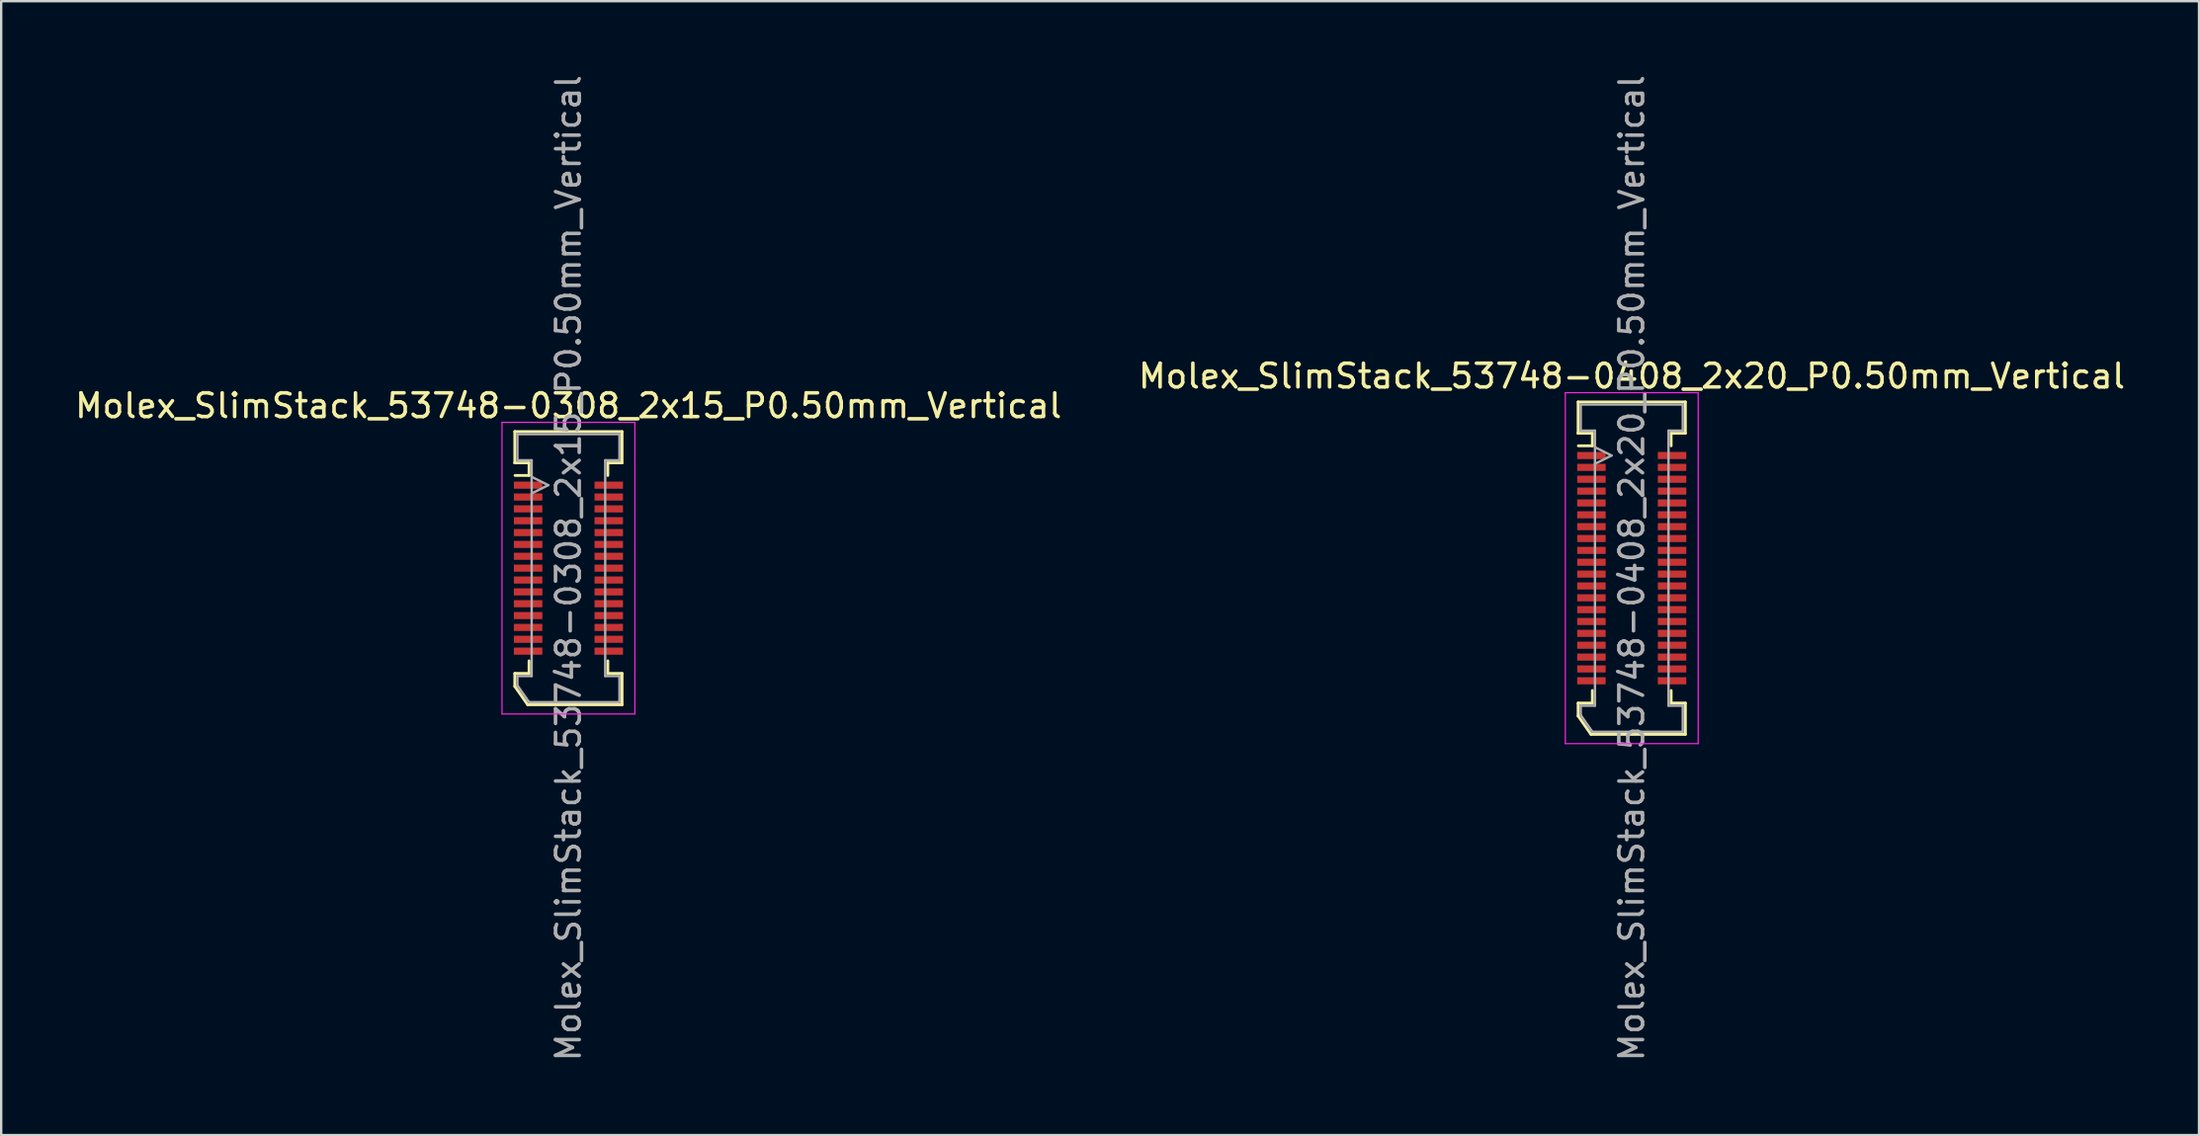
<source format=kicad_pcb>
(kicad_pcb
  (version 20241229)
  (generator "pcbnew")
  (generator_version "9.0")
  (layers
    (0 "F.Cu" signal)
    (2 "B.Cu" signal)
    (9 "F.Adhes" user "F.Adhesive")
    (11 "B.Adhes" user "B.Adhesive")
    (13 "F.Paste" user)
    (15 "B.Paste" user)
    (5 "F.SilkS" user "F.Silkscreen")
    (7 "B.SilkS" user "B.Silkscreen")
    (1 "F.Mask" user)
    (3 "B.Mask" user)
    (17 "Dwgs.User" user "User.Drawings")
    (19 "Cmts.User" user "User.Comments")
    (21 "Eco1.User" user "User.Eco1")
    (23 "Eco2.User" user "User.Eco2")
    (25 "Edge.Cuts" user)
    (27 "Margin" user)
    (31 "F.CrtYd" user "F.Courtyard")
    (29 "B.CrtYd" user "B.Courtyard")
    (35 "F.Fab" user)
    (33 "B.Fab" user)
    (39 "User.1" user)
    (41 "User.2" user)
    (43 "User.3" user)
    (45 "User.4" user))
  (footprint "Molex_SlimStack_53748-0408_2x20_P0.50mm_Vertical"
    (layer "F.Cu")
    (at 65.732 20.911)
    (property "Reference" "Molex_SlimStack_53748-0408_2x20_P0.50mm_Vertical" (at 0 -8.1 0) (layer "F.SilkS") (effects (font (size 1 1) (thickness 0.15))))
    (attr smd)
    (fp_line (start -2.26 -7.01) (end -2.26 -5.69) (stroke (width 0.12) (type solid)) (layer "F.SilkS"))
    (fp_line (start -2.26 -5.69) (end -2.26 -5.69) (stroke (width 0.12) (type solid)) (layer "F.SilkS"))
    (fp_line (start -2.26 -5.69) (end -1.66 -5.69) (stroke (width 0.12) (type solid)) (layer "F.SilkS"))
    (fp_line (start -2.26 5.69) (end -1.66 5.69) (stroke (width 0.12) (type solid)) (layer "F.SilkS"))
    (fp_line (start -2.26 6.235) (end -2.26 5.69) (stroke (width 0.12) (type solid)) (layer "F.SilkS"))
    (fp_line (start -1.717 7.01) (end -2.26 6.235) (stroke (width 0.12) (type solid)) (layer "F.SilkS"))
    (fp_line (start -1.66 -5.69) (end -1.66 -5.16) (stroke (width 0.12) (type solid)) (layer "F.SilkS"))
    (fp_line (start -1.66 -5.16) (end -2.25 -5.16) (stroke (width 0.12) (type solid)) (layer "F.SilkS"))
    (fp_line (start -1.66 5.69) (end -1.66 5.16) (stroke (width 0.12) (type solid)) (layer "F.SilkS"))
    (fp_line (start 1.66 -5.69) (end 2.26 -5.69) (stroke (width 0.12) (type solid)) (layer "F.SilkS"))
    (fp_line (start 1.66 -5.16) (end 1.66 -5.69) (stroke (width 0.12) (type solid)) (layer "F.SilkS"))
    (fp_line (start 1.66 5.16) (end 1.66 5.69) (stroke (width 0.12) (type solid)) (layer "F.SilkS"))
    (fp_line (start 1.66 5.69) (end 2.26 5.69) (stroke (width 0.12) (type solid)) (layer "F.SilkS"))
    (fp_line (start 2.26 -7.01) (end -2.26 -7.01) (stroke (width 0.12) (type solid)) (layer "F.SilkS"))
    (fp_line (start 2.26 -5.69) (end 2.26 -7.01) (stroke (width 0.12) (type solid)) (layer "F.SilkS"))
    (fp_line (start 2.26 5.69) (end 2.26 7.01) (stroke (width 0.12) (type solid)) (layer "F.SilkS"))
    (fp_line (start 2.26 7.01) (end -1.717 7.01) (stroke (width 0.12) (type solid)) (layer "F.SilkS"))
    (fp_line (start -2.8 -7.4) (end -2.8 7.4) (stroke (width 0.05) (type solid)) (layer "F.CrtYd"))
    (fp_line (start -2.8 7.4) (end 2.8 7.4) (stroke (width 0.05) (type solid)) (layer "F.CrtYd"))
    (fp_line (start 2.8 -7.4) (end -2.8 -7.4) (stroke (width 0.05) (type solid)) (layer "F.CrtYd"))
    (fp_line (start 2.8 7.4) (end 2.8 -7.4) (stroke (width 0.05) (type solid)) (layer "F.CrtYd"))
    (fp_line (start -2.15 -6.9) (end -2.15 -5.8) (stroke (width 0.1) (type solid)) (layer "F.Fab"))
    (fp_line (start -2.15 -5.8) (end -1.55 -5.8) (stroke (width 0.1) (type solid)) (layer "F.Fab"))
    (fp_line (start -2.15 5.8) (end -2.15 6.2) (stroke (width 0.1) (type solid)) (layer "F.Fab"))
    (fp_line (start -2.15 6.2) (end -1.66 6.9) (stroke (width 0.1) (type solid)) (layer "F.Fab"))
    (fp_line (start -1.66 6.9) (end 2.15 6.9) (stroke (width 0.1) (type solid)) (layer "F.Fab"))
    (fp_line (start -1.55 -5.8) (end -1.55 5.8) (stroke (width 0.1) (type solid)) (layer "F.Fab"))
    (fp_line (start -1.55 5.8) (end -2.15 5.8) (stroke (width 0.1) (type solid)) (layer "F.Fab"))
    (fp_line (start -0.85 -4.75) (end -1.55 -5.1) (stroke (width 0.1) (type solid)) (layer "F.Fab"))
    (fp_line (start -0.85 -4.75) (end -1.55 -4.4) (stroke (width 0.1) (type solid)) (layer "F.Fab"))
    (fp_line (start 1.55 -5.8) (end 2.15 -5.8) (stroke (width 0.1) (type solid)) (layer "F.Fab"))
    (fp_line (start 1.55 5.8) (end 1.55 -5.8) (stroke (width 0.1) (type solid)) (layer "F.Fab"))
    (fp_line (start 2.15 -6.9) (end -2.15 -6.9) (stroke (width 0.1) (type solid)) (layer "F.Fab"))
    (fp_line (start 2.15 -5.8) (end 2.15 -6.9) (stroke (width 0.1) (type solid)) (layer "F.Fab"))
    (fp_line (start 2.15 5.8) (end 1.55 5.8) (stroke (width 0.1) (type solid)) (layer "F.Fab"))
    (fp_line (start 2.15 6.9) (end 2.15 5.8) (stroke (width 0.1) (type solid)) (layer "F.Fab"))
    (fp_text user "${REFERENCE}" (at 0 0 90) (layer "F.Fab") (effects (font (size 1 1) (thickness 0.15))))
    (pad "1" smd rect (at -1.7 -4.75) (size 1.2 0.3) (layers "F.Cu" "F.Mask" "F.Paste"))
    (pad "2" smd rect (at 1.7 -4.75) (size 1.2 0.3) (layers "F.Cu" "F.Mask" "F.Paste"))
    (pad "3" smd rect (at -1.7 -4.25) (size 1.2 0.3) (layers "F.Cu" "F.Mask" "F.Paste"))
    (pad "4" smd rect (at 1.7 -4.25) (size 1.2 0.3) (layers "F.Cu" "F.Mask" "F.Paste"))
    (pad "5" smd rect (at -1.7 -3.75) (size 1.2 0.3) (layers "F.Cu" "F.Mask" "F.Paste"))
    (pad "6" smd rect (at 1.7 -3.75) (size 1.2 0.3) (layers "F.Cu" "F.Mask" "F.Paste"))
    (pad "7" smd rect (at -1.7 -3.25) (size 1.2 0.3) (layers "F.Cu" "F.Mask" "F.Paste"))
    (pad "8" smd rect (at 1.7 -3.25) (size 1.2 0.3) (layers "F.Cu" "F.Mask" "F.Paste"))
    (pad "9" smd rect (at -1.7 -2.75) (size 1.2 0.3) (layers "F.Cu" "F.Mask" "F.Paste"))
    (pad "10" smd rect (at 1.7 -2.75) (size 1.2 0.3) (layers "F.Cu" "F.Mask" "F.Paste"))
    (pad "11" smd rect (at -1.7 -2.25) (size 1.2 0.3) (layers "F.Cu" "F.Mask" "F.Paste"))
    (pad "12" smd rect (at 1.7 -2.25) (size 1.2 0.3) (layers "F.Cu" "F.Mask" "F.Paste"))
    (pad "13" smd rect (at -1.7 -1.75) (size 1.2 0.3) (layers "F.Cu" "F.Mask" "F.Paste"))
    (pad "14" smd rect (at 1.7 -1.75) (size 1.2 0.3) (layers "F.Cu" "F.Mask" "F.Paste"))
    (pad "15" smd rect (at -1.7 -1.25) (size 1.2 0.3) (layers "F.Cu" "F.Mask" "F.Paste"))
    (pad "16" smd rect (at 1.7 -1.25) (size 1.2 0.3) (layers "F.Cu" "F.Mask" "F.Paste"))
    (pad "17" smd rect (at -1.7 -0.75) (size 1.2 0.3) (layers "F.Cu" "F.Mask" "F.Paste"))
    (pad "18" smd rect (at 1.7 -0.75) (size 1.2 0.3) (layers "F.Cu" "F.Mask" "F.Paste"))
    (pad "19" smd rect (at -1.7 -0.25) (size 1.2 0.3) (layers "F.Cu" "F.Mask" "F.Paste"))
    (pad "20" smd rect (at 1.7 -0.25) (size 1.2 0.3) (layers "F.Cu" "F.Mask" "F.Paste"))
    (pad "21" smd rect (at -1.7 0.25) (size 1.2 0.3) (layers "F.Cu" "F.Mask" "F.Paste"))
    (pad "22" smd rect (at 1.7 0.25) (size 1.2 0.3) (layers "F.Cu" "F.Mask" "F.Paste"))
    (pad "23" smd rect (at -1.7 0.75) (size 1.2 0.3) (layers "F.Cu" "F.Mask" "F.Paste"))
    (pad "24" smd rect (at 1.7 0.75) (size 1.2 0.3) (layers "F.Cu" "F.Mask" "F.Paste"))
    (pad "25" smd rect (at -1.7 1.25) (size 1.2 0.3) (layers "F.Cu" "F.Mask" "F.Paste"))
    (pad "26" smd rect (at 1.7 1.25) (size 1.2 0.3) (layers "F.Cu" "F.Mask" "F.Paste"))
    (pad "27" smd rect (at -1.7 1.75) (size 1.2 0.3) (layers "F.Cu" "F.Mask" "F.Paste"))
    (pad "28" smd rect (at 1.7 1.75) (size 1.2 0.3) (layers "F.Cu" "F.Mask" "F.Paste"))
    (pad "29" smd rect (at -1.7 2.25) (size 1.2 0.3) (layers "F.Cu" "F.Mask" "F.Paste"))
    (pad "30" smd rect (at 1.7 2.25) (size 1.2 0.3) (layers "F.Cu" "F.Mask" "F.Paste"))
    (pad "31" smd rect (at -1.7 2.75) (size 1.2 0.3) (layers "F.Cu" "F.Mask" "F.Paste"))
    (pad "32" smd rect (at 1.7 2.75) (size 1.2 0.3) (layers "F.Cu" "F.Mask" "F.Paste"))
    (pad "33" smd rect (at -1.7 3.25) (size 1.2 0.3) (layers "F.Cu" "F.Mask" "F.Paste"))
    (pad "34" smd rect (at 1.7 3.25) (size 1.2 0.3) (layers "F.Cu" "F.Mask" "F.Paste"))
    (pad "35" smd rect (at -1.7 3.75) (size 1.2 0.3) (layers "F.Cu" "F.Mask" "F.Paste"))
    (pad "36" smd rect (at 1.7 3.75) (size 1.2 0.3) (layers "F.Cu" "F.Mask" "F.Paste"))
    (pad "37" smd rect (at -1.7 4.25) (size 1.2 0.3) (layers "F.Cu" "F.Mask" "F.Paste"))
    (pad "38" smd rect (at 1.7 4.25) (size 1.2 0.3) (layers "F.Cu" "F.Mask" "F.Paste"))
    (pad "39" smd rect (at -1.7 4.75) (size 1.2 0.3) (layers "F.Cu" "F.Mask" "F.Paste"))
    (pad "40" smd rect (at 1.7 4.75) (size 1.2 0.3) (layers "F.Cu" "F.Mask" "F.Paste")))
  (footprint "Molex_SlimStack_53748-0308_2x15_P0.50mm_Vertical"
    (layer "F.Cu")
    (at 20.911 20.911)
    (property "Reference" "Molex_SlimStack_53748-0308_2x15_P0.50mm_Vertical" (at 0 -6.85 0) (layer "F.SilkS") (effects (font (size 1 1) (thickness 0.15))))
    (attr smd)
    (fp_line (start -2.26 -5.76) (end -2.26 -4.44) (stroke (width 0.12) (type solid)) (layer "F.SilkS"))
    (fp_line (start -2.26 -4.44) (end -2.26 -4.44) (stroke (width 0.12) (type solid)) (layer "F.SilkS"))
    (fp_line (start -2.26 -4.44) (end -1.66 -4.44) (stroke (width 0.12) (type solid)) (layer "F.SilkS"))
    (fp_line (start -2.26 4.44) (end -1.66 4.44) (stroke (width 0.12) (type solid)) (layer "F.SilkS"))
    (fp_line (start -2.26 4.985) (end -2.26 4.44) (stroke (width 0.12) (type solid)) (layer "F.SilkS"))
    (fp_line (start -1.717 5.76) (end -2.26 4.985) (stroke (width 0.12) (type solid)) (layer "F.SilkS"))
    (fp_line (start -1.66 -4.44) (end -1.66 -3.91) (stroke (width 0.12) (type solid)) (layer "F.SilkS"))
    (fp_line (start -1.66 -3.91) (end -2.25 -3.91) (stroke (width 0.12) (type solid)) (layer "F.SilkS"))
    (fp_line (start -1.66 4.44) (end -1.66 3.91) (stroke (width 0.12) (type solid)) (layer "F.SilkS"))
    (fp_line (start 1.66 -4.44) (end 2.26 -4.44) (stroke (width 0.12) (type solid)) (layer "F.SilkS"))
    (fp_line (start 1.66 -3.91) (end 1.66 -4.44) (stroke (width 0.12) (type solid)) (layer "F.SilkS"))
    (fp_line (start 1.66 3.91) (end 1.66 4.44) (stroke (width 0.12) (type solid)) (layer "F.SilkS"))
    (fp_line (start 1.66 4.44) (end 2.26 4.44) (stroke (width 0.12) (type solid)) (layer "F.SilkS"))
    (fp_line (start 2.26 -5.76) (end -2.26 -5.76) (stroke (width 0.12) (type solid)) (layer "F.SilkS"))
    (fp_line (start 2.26 -4.44) (end 2.26 -5.76) (stroke (width 0.12) (type solid)) (layer "F.SilkS"))
    (fp_line (start 2.26 4.44) (end 2.26 5.76) (stroke (width 0.12) (type solid)) (layer "F.SilkS"))
    (fp_line (start 2.26 5.76) (end -1.717 5.76) (stroke (width 0.12) (type solid)) (layer "F.SilkS"))
    (fp_line (start -2.8 -6.15) (end -2.8 6.15) (stroke (width 0.05) (type solid)) (layer "F.CrtYd"))
    (fp_line (start -2.8 6.15) (end 2.8 6.15) (stroke (width 0.05) (type solid)) (layer "F.CrtYd"))
    (fp_line (start 2.8 -6.15) (end -2.8 -6.15) (stroke (width 0.05) (type solid)) (layer "F.CrtYd"))
    (fp_line (start 2.8 6.15) (end 2.8 -6.15) (stroke (width 0.05) (type solid)) (layer "F.CrtYd"))
    (fp_line (start -2.15 -5.65) (end -2.15 -4.55) (stroke (width 0.1) (type solid)) (layer "F.Fab"))
    (fp_line (start -2.15 -4.55) (end -1.55 -4.55) (stroke (width 0.1) (type solid)) (layer "F.Fab"))
    (fp_line (start -2.15 4.55) (end -2.15 4.95) (stroke (width 0.1) (type solid)) (layer "F.Fab"))
    (fp_line (start -2.15 4.95) (end -1.66 5.65) (stroke (width 0.1) (type solid)) (layer "F.Fab"))
    (fp_line (start -1.66 5.65) (end 2.15 5.65) (stroke (width 0.1) (type solid)) (layer "F.Fab"))
    (fp_line (start -1.55 -4.55) (end -1.55 4.55) (stroke (width 0.1) (type solid)) (layer "F.Fab"))
    (fp_line (start -1.55 4.55) (end -2.15 4.55) (stroke (width 0.1) (type solid)) (layer "F.Fab"))
    (fp_line (start -0.85 -3.5) (end -1.55 -3.85) (stroke (width 0.1) (type solid)) (layer "F.Fab"))
    (fp_line (start -0.85 -3.5) (end -1.55 -3.15) (stroke (width 0.1) (type solid)) (layer "F.Fab"))
    (fp_line (start 1.55 -4.55) (end 2.15 -4.55) (stroke (width 0.1) (type solid)) (layer "F.Fab"))
    (fp_line (start 1.55 4.55) (end 1.55 -4.55) (stroke (width 0.1) (type solid)) (layer "F.Fab"))
    (fp_line (start 2.15 -5.65) (end -2.15 -5.65) (stroke (width 0.1) (type solid)) (layer "F.Fab"))
    (fp_line (start 2.15 -4.55) (end 2.15 -5.65) (stroke (width 0.1) (type solid)) (layer "F.Fab"))
    (fp_line (start 2.15 4.55) (end 1.55 4.55) (stroke (width 0.1) (type solid)) (layer "F.Fab"))
    (fp_line (start 2.15 5.65) (end 2.15 4.55) (stroke (width 0.1) (type solid)) (layer "F.Fab"))
    (fp_text user "${REFERENCE}" (at 0 0 90) (layer "F.Fab") (effects (font (size 1 1) (thickness 0.15))))
    (pad "1" smd rect (at -1.7 -3.5) (size 1.2 0.3) (layers "F.Cu" "F.Mask" "F.Paste"))
    (pad "2" smd rect (at 1.7 -3.5) (size 1.2 0.3) (layers "F.Cu" "F.Mask" "F.Paste"))
    (pad "3" smd rect (at -1.7 -3) (size 1.2 0.3) (layers "F.Cu" "F.Mask" "F.Paste"))
    (pad "4" smd rect (at 1.7 -3) (size 1.2 0.3) (layers "F.Cu" "F.Mask" "F.Paste"))
    (pad "5" smd rect (at -1.7 -2.5) (size 1.2 0.3) (layers "F.Cu" "F.Mask" "F.Paste"))
    (pad "6" smd rect (at 1.7 -2.5) (size 1.2 0.3) (layers "F.Cu" "F.Mask" "F.Paste"))
    (pad "7" smd rect (at -1.7 -2) (size 1.2 0.3) (layers "F.Cu" "F.Mask" "F.Paste"))
    (pad "8" smd rect (at 1.7 -2) (size 1.2 0.3) (layers "F.Cu" "F.Mask" "F.Paste"))
    (pad "9" smd rect (at -1.7 -1.5) (size 1.2 0.3) (layers "F.Cu" "F.Mask" "F.Paste"))
    (pad "10" smd rect (at 1.7 -1.5) (size 1.2 0.3) (layers "F.Cu" "F.Mask" "F.Paste"))
    (pad "11" smd rect (at -1.7 -1) (size 1.2 0.3) (layers "F.Cu" "F.Mask" "F.Paste"))
    (pad "12" smd rect (at 1.7 -1) (size 1.2 0.3) (layers "F.Cu" "F.Mask" "F.Paste"))
    (pad "13" smd rect (at -1.7 -0.5) (size 1.2 0.3) (layers "F.Cu" "F.Mask" "F.Paste"))
    (pad "14" smd rect (at 1.7 -0.5) (size 1.2 0.3) (layers "F.Cu" "F.Mask" "F.Paste"))
    (pad "15" smd rect (at -1.7 0) (size 1.2 0.3) (layers "F.Cu" "F.Mask" "F.Paste"))
    (pad "16" smd rect (at 1.7 0) (size 1.2 0.3) (layers "F.Cu" "F.Mask" "F.Paste"))
    (pad "17" smd rect (at -1.7 0.5) (size 1.2 0.3) (layers "F.Cu" "F.Mask" "F.Paste"))
    (pad "18" smd rect (at 1.7 0.5) (size 1.2 0.3) (layers "F.Cu" "F.Mask" "F.Paste"))
    (pad "19" smd rect (at -1.7 1) (size 1.2 0.3) (layers "F.Cu" "F.Mask" "F.Paste"))
    (pad "20" smd rect (at 1.7 1) (size 1.2 0.3) (layers "F.Cu" "F.Mask" "F.Paste"))
    (pad "21" smd rect (at -1.7 1.5) (size 1.2 0.3) (layers "F.Cu" "F.Mask" "F.Paste"))
    (pad "22" smd rect (at 1.7 1.5) (size 1.2 0.3) (layers "F.Cu" "F.Mask" "F.Paste"))
    (pad "23" smd rect (at -1.7 2) (size 1.2 0.3) (layers "F.Cu" "F.Mask" "F.Paste"))
    (pad "24" smd rect (at 1.7 2) (size 1.2 0.3) (layers "F.Cu" "F.Mask" "F.Paste"))
    (pad "25" smd rect (at -1.7 2.5) (size 1.2 0.3) (layers "F.Cu" "F.Mask" "F.Paste"))
    (pad "26" smd rect (at 1.7 2.5) (size 1.2 0.3) (layers "F.Cu" "F.Mask" "F.Paste"))
    (pad "27" smd rect (at -1.7 3) (size 1.2 0.3) (layers "F.Cu" "F.Mask" "F.Paste"))
    (pad "28" smd rect (at 1.7 3) (size 1.2 0.3) (layers "F.Cu" "F.Mask" "F.Paste"))
    (pad "29" smd rect (at -1.7 3.5) (size 1.2 0.3) (layers "F.Cu" "F.Mask" "F.Paste"))
    (pad "30" smd rect (at 1.7 3.5) (size 1.2 0.3) (layers "F.Cu" "F.Mask" "F.Paste")))
  (gr_rect
    (start -3 -3)
    (end 89.643 44.821)
    (stroke (width 0.1) (type default))
    (fill no)
    (layer "Edge.Cuts")))
</source>
